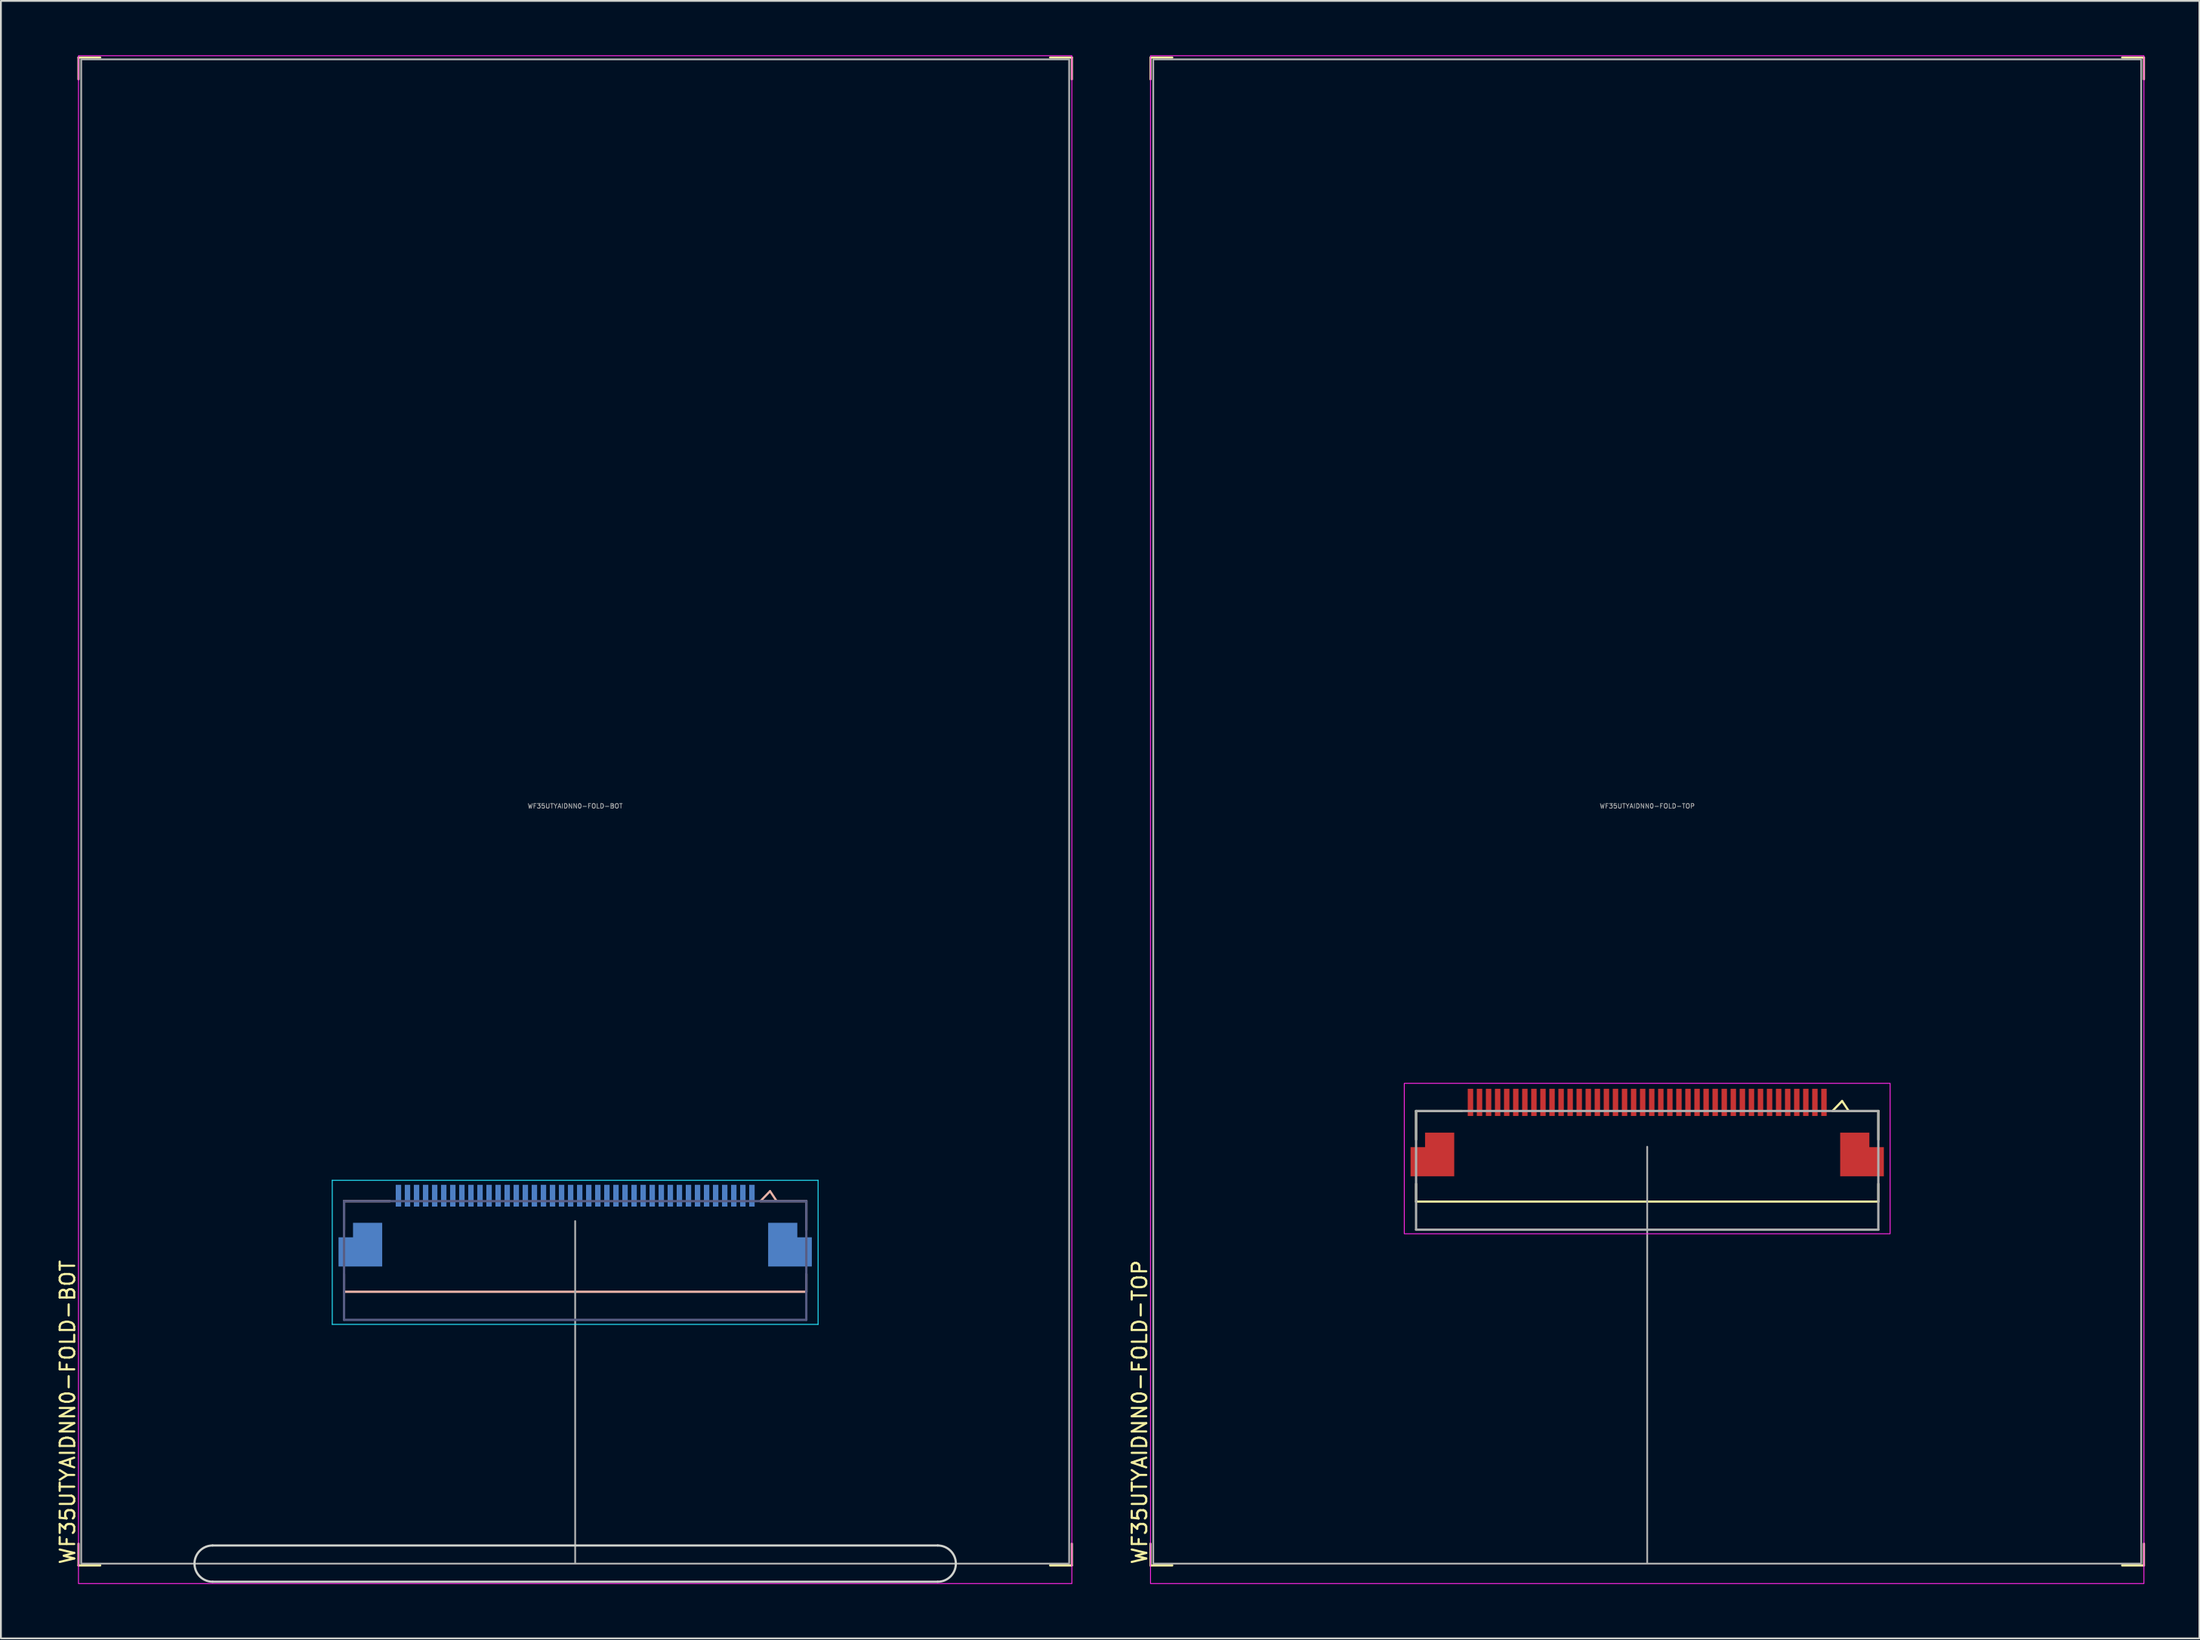
<source format=kicad_pcb>
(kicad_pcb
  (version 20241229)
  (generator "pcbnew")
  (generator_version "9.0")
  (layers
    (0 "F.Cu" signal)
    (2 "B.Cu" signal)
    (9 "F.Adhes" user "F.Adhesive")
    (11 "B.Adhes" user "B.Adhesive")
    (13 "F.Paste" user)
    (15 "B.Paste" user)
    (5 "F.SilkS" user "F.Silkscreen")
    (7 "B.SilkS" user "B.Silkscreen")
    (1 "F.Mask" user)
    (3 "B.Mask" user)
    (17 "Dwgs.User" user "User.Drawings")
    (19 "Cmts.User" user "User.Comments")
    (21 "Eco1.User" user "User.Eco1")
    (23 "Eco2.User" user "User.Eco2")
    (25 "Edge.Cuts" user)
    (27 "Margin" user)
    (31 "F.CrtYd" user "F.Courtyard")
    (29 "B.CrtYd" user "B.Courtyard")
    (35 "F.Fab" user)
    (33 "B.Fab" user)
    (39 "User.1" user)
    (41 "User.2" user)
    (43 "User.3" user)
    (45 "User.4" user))
  (footprint "WF35UTYAIDNN0-FOLD-TOP"
    (layer "F.Cu")
    (at 87.817 41.725)
    (property "Reference" "WF35UTYAIDNN0-FOLD-TOP" (at -28 41.6 90) (unlocked yes) (layer "F.SilkS") (effects (font (size 0.8 0.8) (thickness 0.12)) (justify left)))
    (attr smd)
    (fp_line (start -27.4 -41.6) (end -27.4 -40.4) (stroke (width 0.12) (type default)) (layer "F.SilkS"))
    (fp_line (start -27.4 40.4) (end -27.4 41.6) (stroke (width 0.12) (type default)) (layer "F.SilkS"))
    (fp_line (start -27.4 41.6) (end -26.2 41.6) (stroke (width 0.12) (type default)) (layer "F.SilkS"))
    (fp_line (start -26.2 -41.6) (end -27.4 -41.6) (stroke (width 0.12) (type default)) (layer "F.SilkS"))
    (fp_line (start -12.75 16.525) (end -12.75 18.105) (stroke (width 0.12) (type solid)) (layer "F.SilkS"))
    (fp_line (start -12.75 16.525) (end -10.22 16.525) (stroke (width 0.12) (type solid)) (layer "F.SilkS"))
    (fp_line (start -12.75 21.525) (end -12.75 20.545) (stroke (width 0.12) (type solid)) (layer "F.SilkS"))
    (fp_line (start 10.22 16.525) (end 10.75 15.975) (stroke (width 0.12) (type default)) (layer "F.SilkS"))
    (fp_line (start 10.75 15.975) (end 11.1 16.5) (stroke (width 0.12) (type default)) (layer "F.SilkS"))
    (fp_line (start 12.75 16.525) (end 10.22 16.525) (stroke (width 0.12) (type solid)) (layer "F.SilkS"))
    (fp_line (start 12.75 18.105) (end 12.75 16.525) (stroke (width 0.12) (type solid)) (layer "F.SilkS"))
    (fp_line (start 12.75 20.545) (end 12.75 21.525) (stroke (width 0.12) (type solid)) (layer "F.SilkS"))
    (fp_line (start 12.75 21.525) (end -12.75 21.525) (stroke (width 0.12) (type solid)) (layer "F.SilkS"))
    (fp_line (start 26.2 41.6) (end 27.4 41.6) (stroke (width 0.12) (type default)) (layer "F.SilkS"))
    (fp_line (start 27.4 -41.6) (end 26.2 -41.6) (stroke (width 0.12) (type default)) (layer "F.SilkS"))
    (fp_line (start 27.4 -40.4) (end 27.4 -41.6) (stroke (width 0.12) (type default)) (layer "F.SilkS"))
    (fp_line (start 27.4 41.6) (end 27.4 40.4) (stroke (width 0.12) (type default)) (layer "F.SilkS"))
    (fp_rect (start -12.254 17.721) (end -10.646 20.129) (stroke (width 0) (type solid)) (fill yes) (layer "F.Paste"))
    (fp_rect (start 10.646 17.721) (end 12.254 20.129) (stroke (width 0) (type solid)) (fill yes) (layer "F.Paste"))
    (fp_rect (start -27.4 -41.7) (end 27.4 42.6) (stroke (width 0.05) (type default)) (fill no) (layer "F.CrtYd"))
    (fp_rect (start -13.4 15) (end 13.4 23.3) (stroke (width 0.05) (type default)) (fill no) (layer "F.CrtYd"))
    (fp_line (start -12.75 16.525) (end 12.75 16.525) (stroke (width 0.127) (type solid)) (layer "F.Fab"))
    (fp_line (start -12.75 23.075) (end -12.75 16.525) (stroke (width 0.127) (type solid)) (layer "F.Fab"))
    (fp_line (start 0 41.5) (end 0 18.5) (stroke (width 0.1) (type default)) (layer "F.Fab"))
    (fp_line (start 12.75 16.525) (end 12.75 23.075) (stroke (width 0.127) (type solid)) (layer "F.Fab"))
    (fp_line (start 12.75 23.075) (end -12.75 23.075) (stroke (width 0.127) (type solid)) (layer "F.Fab"))
    (fp_rect (start -27.25 -41.5) (end 27.25 41.5) (stroke (width 0.1) (type default)) (fill no) (layer "F.Fab"))
    (fp_text user "${REFERENCE}" (at 0 -0.3 0) (unlocked yes) (layer "F.Fab") (effects (font (size 0.25 0.25) (thickness 0.04))))
    (pad "1" smd rect (at 9.75 16.05) (size 0.3 1.5) (layers "F.Cu" "F.Mask" "F.Paste"))
    (pad "2" smd rect (at 9.25 16.05) (size 0.3 1.5) (layers "F.Cu" "F.Mask" "F.Paste"))
    (pad "3" smd rect (at 8.75 16.05) (size 0.3 1.5) (layers "F.Cu" "F.Mask" "F.Paste"))
    (pad "4" smd rect (at 8.25 16.05) (size 0.3 1.5) (layers "F.Cu" "F.Mask" "F.Paste"))
    (pad "5" smd rect (at 7.75 16.05) (size 0.3 1.5) (layers "F.Cu" "F.Mask" "F.Paste"))
    (pad "6" smd rect (at 7.25 16.05) (size 0.3 1.5) (layers "F.Cu" "F.Mask" "F.Paste"))
    (pad "7" smd rect (at 6.75 16.05) (size 0.3 1.5) (layers "F.Cu" "F.Mask" "F.Paste"))
    (pad "8" smd rect (at 6.25 16.05) (size 0.3 1.5) (layers "F.Cu" "F.Mask" "F.Paste"))
    (pad "9" smd rect (at 5.75 16.05) (size 0.3 1.5) (layers "F.Cu" "F.Mask" "F.Paste"))
    (pad "10" smd rect (at 5.25 16.05) (size 0.3 1.5) (layers "F.Cu" "F.Mask" "F.Paste"))
    (pad "11" smd rect (at 4.75 16.05) (size 0.3 1.5) (layers "F.Cu" "F.Mask" "F.Paste"))
    (pad "12" smd rect (at 4.25 16.05) (size 0.3 1.5) (layers "F.Cu" "F.Mask" "F.Paste"))
    (pad "13" smd rect (at 3.75 16.05) (size 0.3 1.5) (layers "F.Cu" "F.Mask" "F.Paste"))
    (pad "14" smd rect (at 3.25 16.05) (size 0.3 1.5) (layers "F.Cu" "F.Mask" "F.Paste"))
    (pad "15" smd rect (at 2.75 16.05) (size 0.3 1.5) (layers "F.Cu" "F.Mask" "F.Paste"))
    (pad "16" smd rect (at 2.25 16.05) (size 0.3 1.5) (layers "F.Cu" "F.Mask" "F.Paste"))
    (pad "17" smd rect (at 1.75 16.05) (size 0.3 1.5) (layers "F.Cu" "F.Mask" "F.Paste"))
    (pad "18" smd rect (at 1.25 16.05) (size 0.3 1.5) (layers "F.Cu" "F.Mask" "F.Paste"))
    (pad "19" smd rect (at 0.75 16.05) (size 0.3 1.5) (layers "F.Cu" "F.Mask" "F.Paste"))
    (pad "20" smd rect (at 0.25 16.05) (size 0.3 1.5) (layers "F.Cu" "F.Mask" "F.Paste"))
    (pad "21" smd rect (at -0.25 16.05) (size 0.3 1.5) (layers "F.Cu" "F.Mask" "F.Paste"))
    (pad "22" smd rect (at -0.75 16.05) (size 0.3 1.5) (layers "F.Cu" "F.Mask" "F.Paste"))
    (pad "23" smd rect (at -1.25 16.05) (size 0.3 1.5) (layers "F.Cu" "F.Mask" "F.Paste"))
    (pad "24" smd rect (at -1.75 16.05) (size 0.3 1.5) (layers "F.Cu" "F.Mask" "F.Paste"))
    (pad "25" smd rect (at -2.25 16.05) (size 0.3 1.5) (layers "F.Cu" "F.Mask" "F.Paste"))
    (pad "26" smd rect (at -2.75 16.05) (size 0.3 1.5) (layers "F.Cu" "F.Mask" "F.Paste"))
    (pad "27" smd rect (at -3.25 16.05) (size 0.3 1.5) (layers "F.Cu" "F.Mask" "F.Paste"))
    (pad "28" smd rect (at -3.75 16.05) (size 0.3 1.5) (layers "F.Cu" "F.Mask" "F.Paste"))
    (pad "29" smd rect (at -4.25 16.05) (size 0.3 1.5) (layers "F.Cu" "F.Mask" "F.Paste"))
    (pad "30" smd rect (at -4.75 16.05) (size 0.3 1.5) (layers "F.Cu" "F.Mask" "F.Paste"))
    (pad "31" smd rect (at -5.25 16.05) (size 0.3 1.5) (layers "F.Cu" "F.Mask" "F.Paste"))
    (pad "32" smd rect (at -5.75 16.05) (size 0.3 1.5) (layers "F.Cu" "F.Mask" "F.Paste"))
    (pad "33" smd rect (at -6.25 16.05) (size 0.3 1.5) (layers "F.Cu" "F.Mask" "F.Paste"))
    (pad "34" smd rect (at -6.75 16.05) (size 0.3 1.5) (layers "F.Cu" "F.Mask" "F.Paste"))
    (pad "35" smd rect (at -7.25 16.05) (size 0.3 1.5) (layers "F.Cu" "F.Mask" "F.Paste"))
    (pad "36" smd rect (at -7.75 16.05) (size 0.3 1.5) (layers "F.Cu" "F.Mask" "F.Paste"))
    (pad "37" smd rect (at -8.25 16.05) (size 0.3 1.5) (layers "F.Cu" "F.Mask" "F.Paste"))
    (pad "38" smd rect (at -8.75 16.05) (size 0.3 1.5) (layers "F.Cu" "F.Mask" "F.Paste"))
    (pad "39" smd rect (at -9.25 16.05) (size 0.3 1.5) (layers "F.Cu" "F.Mask" "F.Paste"))
    (pad "40" smd rect (at -9.75 16.05) (size 0.3 1.5) (layers "F.Cu" "F.Mask" "F.Paste"))
    (pad "MP" smd custom (at -11.45 19.325) (size 1.4 1.4) (layers "F.Cu" "F.Mask") (options (anchor rect)) (primitives (gr_poly (pts (xy 0.8 -1.6) (xy -0.8 -1.6) (xy -0.8 -0.8) (xy -1.6 -0.8) (xy -1.6 0.8) (xy 0.8 0.8)) (width 0.01) (fill yes))))
    (pad "MP" smd custom (at 11.45 19.325) (size 1.4 1.4) (layers "F.Cu" "F.Mask") (options (anchor rect)) (primitives (gr_poly (pts (xy -0.8 -1.6) (xy 0.8 -1.6) (xy 0.8 -0.8) (xy 1.6 -0.8) (xy 1.6 0.8) (xy -0.8 0.8)) (width 0.01) (fill yes)))))
  (footprint "WF35UTYAIDNN0-FOLD-BOT"
    (layer "F.Cu")
    (at 28.679 41.725)
    (property "Reference" "WF35UTYAIDNN0-FOLD-BOT" (at -28 41.6 90) (unlocked yes) (layer "F.SilkS") (effects (font (size 0.8 0.8) (thickness 0.12)) (justify left)))
    (attr smd)
    (fp_line (start -27.4 -41.6) (end -27.4 -40.4) (stroke (width 0.12) (type default)) (layer "F.SilkS"))
    (fp_line (start -27.4 40.4) (end -27.4 41.6) (stroke (width 0.12) (type default)) (layer "F.SilkS"))
    (fp_line (start -27.4 41.6) (end -26.2 41.6) (stroke (width 0.12) (type default)) (layer "F.SilkS"))
    (fp_line (start -26.2 -41.6) (end -27.4 -41.6) (stroke (width 0.12) (type default)) (layer "F.SilkS"))
    (fp_line (start 26.2 41.6) (end 27.4 41.6) (stroke (width 0.12) (type default)) (layer "F.SilkS"))
    (fp_line (start 27.4 -41.6) (end 26.2 -41.6) (stroke (width 0.12) (type default)) (layer "F.SilkS"))
    (fp_line (start 27.4 -40.4) (end 27.4 -41.6) (stroke (width 0.12) (type default)) (layer "F.SilkS"))
    (fp_line (start 27.4 41.6) (end 27.4 40.4) (stroke (width 0.12) (type default)) (layer "F.SilkS"))
    (fp_line (start -12.75 21.5) (end -10.22 21.5) (stroke (width 0.127) (type solid)) (layer "B.SilkS"))
    (fp_line (start -12.75 23.08) (end -12.75 21.5) (stroke (width 0.127) (type solid)) (layer "B.SilkS"))
    (fp_line (start -12.75 25.52) (end -12.75 26.5) (stroke (width 0.127) (type solid)) (layer "B.SilkS"))
    (fp_line (start -12.75 26.5) (end 12.75 26.5) (stroke (width 0.127) (type solid)) (layer "B.SilkS"))
    (fp_line (start 10.22 21.5) (end 10.75 20.95) (stroke (width 0.12) (type default)) (layer "B.SilkS"))
    (fp_line (start 10.75 20.95) (end 11.1 21.475) (stroke (width 0.12) (type default)) (layer "B.SilkS"))
    (fp_line (start 12.75 21.5) (end 10.22 21.5) (stroke (width 0.127) (type solid)) (layer "B.SilkS"))
    (fp_line (start 12.75 21.5) (end 12.75 23.08) (stroke (width 0.127) (type solid)) (layer "B.SilkS"))
    (fp_line (start 12.75 26.5) (end 12.75 25.52) (stroke (width 0.127) (type solid)) (layer "B.SilkS"))
    (fp_rect (start -13.05 23.5) (end -10.65 25.1) (stroke (width 0) (type default)) (fill yes) (layer "B.Paste"))
    (fp_rect (start 10.65 23.5) (end 13.05 25.1) (stroke (width 0) (type default)) (fill yes) (layer "B.Paste"))
    (fp_line (start -20 40.5) (end 20 40.5) (stroke (width 0.12) (type default)) (layer "Edge.Cuts"))
    (fp_line (start 20 42.5) (end -20 42.5) (stroke (width 0.12) (type default)) (layer "Edge.Cuts"))
    (fp_arc (start -20 42.5) (mid -21 41.5) (end -20 40.5) (stroke (width 0.12) (type default)) (layer "Edge.Cuts"))
    (fp_arc (start 20 40.5) (mid 21 41.5) (end 20 42.5) (stroke (width 0.12) (type default)) (layer "Edge.Cuts"))
    (fp_line (start -13.4 20.35) (end -13.4 28.3) (stroke (width 0.05) (type solid)) (layer "B.CrtYd"))
    (fp_line (start -13.4 28.3) (end 13.4 28.3) (stroke (width 0.05) (type solid)) (layer "B.CrtYd"))
    (fp_line (start 13.4 20.35) (end -13.4 20.35) (stroke (width 0.05) (type solid)) (layer "B.CrtYd"))
    (fp_line (start 13.4 28.3) (end 13.4 20.35) (stroke (width 0.05) (type solid)) (layer "B.CrtYd"))
    (fp_rect (start -27.4 -41.7) (end 27.4 42.6) (stroke (width 0.05) (type default)) (fill no) (layer "F.CrtYd"))
    (fp_line (start -12.75 21.5) (end -12.75 28.05) (stroke (width 0.127) (type solid)) (layer "B.Fab"))
    (fp_line (start -12.75 28.05) (end 12.75 28.05) (stroke (width 0.127) (type solid)) (layer "B.Fab"))
    (fp_line (start 12.75 21.5) (end -12.75 21.5) (stroke (width 0.127) (type solid)) (layer "B.Fab"))
    (fp_line (start 12.75 28.05) (end 12.75 21.5) (stroke (width 0.127) (type solid)) (layer "B.Fab"))
    (fp_line (start 0 41.5) (end 0 22.602) (stroke (width 0.1) (type default)) (layer "F.Fab"))
    (fp_rect (start -27.25 -41.5) (end 27.25 41.5) (stroke (width 0.1) (type default)) (fill no) (layer "F.Fab"))
    (fp_text user "${REFERENCE}" (at 0 -0.3 0) (unlocked yes) (layer "F.Fab") (effects (font (size 0.25 0.25) (thickness 0.04))))
    (pad "1" smd rect (at 9.75 21.2) (size 0.3 1.2) (layers "B.Cu" "B.Mask" "B.Paste"))
    (pad "2" smd rect (at 9.25 21.2) (size 0.3 1.2) (layers "B.Cu" "B.Mask" "B.Paste"))
    (pad "3" smd rect (at 8.75 21.2) (size 0.3 1.2) (layers "B.Cu" "B.Mask" "B.Paste"))
    (pad "4" smd rect (at 8.25 21.2) (size 0.3 1.2) (layers "B.Cu" "B.Mask" "B.Paste"))
    (pad "5" smd rect (at 7.75 21.2) (size 0.3 1.2) (layers "B.Cu" "B.Mask" "B.Paste"))
    (pad "6" smd rect (at 7.25 21.2) (size 0.3 1.2) (layers "B.Cu" "B.Mask" "B.Paste"))
    (pad "7" smd rect (at 6.75 21.2) (size 0.3 1.2) (layers "B.Cu" "B.Mask" "B.Paste"))
    (pad "8" smd rect (at 6.25 21.2) (size 0.3 1.2) (layers "B.Cu" "B.Mask" "B.Paste"))
    (pad "9" smd rect (at 5.75 21.2) (size 0.3 1.2) (layers "B.Cu" "B.Mask" "B.Paste"))
    (pad "10" smd rect (at 5.25 21.2) (size 0.3 1.2) (layers "B.Cu" "B.Mask" "B.Paste"))
    (pad "11" smd rect (at 4.75 21.2) (size 0.3 1.2) (layers "B.Cu" "B.Mask" "B.Paste"))
    (pad "12" smd rect (at 4.25 21.2) (size 0.3 1.2) (layers "B.Cu" "B.Mask" "B.Paste"))
    (pad "13" smd rect (at 3.75 21.2) (size 0.3 1.2) (layers "B.Cu" "B.Mask" "B.Paste"))
    (pad "14" smd rect (at 3.25 21.2) (size 0.3 1.2) (layers "B.Cu" "B.Mask" "B.Paste"))
    (pad "15" smd rect (at 2.75 21.2) (size 0.3 1.2) (layers "B.Cu" "B.Mask" "B.Paste"))
    (pad "16" smd rect (at 2.25 21.2) (size 0.3 1.2) (layers "B.Cu" "B.Mask" "B.Paste"))
    (pad "17" smd rect (at 1.75 21.2) (size 0.3 1.2) (layers "B.Cu" "B.Mask" "B.Paste"))
    (pad "18" smd rect (at 1.25 21.2) (size 0.3 1.2) (layers "B.Cu" "B.Mask" "B.Paste"))
    (pad "19" smd rect (at 0.75 21.2) (size 0.3 1.2) (layers "B.Cu" "B.Mask" "B.Paste"))
    (pad "20" smd rect (at 0.25 21.2) (size 0.3 1.2) (layers "B.Cu" "B.Mask" "B.Paste"))
    (pad "21" smd rect (at -0.25 21.2) (size 0.3 1.2) (layers "B.Cu" "B.Mask" "B.Paste"))
    (pad "22" smd rect (at -0.75 21.2) (size 0.3 1.2) (layers "B.Cu" "B.Mask" "B.Paste"))
    (pad "23" smd rect (at -1.25 21.2) (size 0.3 1.2) (layers "B.Cu" "B.Mask" "B.Paste"))
    (pad "24" smd rect (at -1.75 21.2) (size 0.3 1.2) (layers "B.Cu" "B.Mask" "B.Paste"))
    (pad "25" smd rect (at -2.25 21.2) (size 0.3 1.2) (layers "B.Cu" "B.Mask" "B.Paste"))
    (pad "26" smd rect (at -2.75 21.2) (size 0.3 1.2) (layers "B.Cu" "B.Mask" "B.Paste"))
    (pad "27" smd rect (at -3.25 21.2) (size 0.3 1.2) (layers "B.Cu" "B.Mask" "B.Paste"))
    (pad "28" smd rect (at -3.75 21.2) (size 0.3 1.2) (layers "B.Cu" "B.Mask" "B.Paste"))
    (pad "29" smd rect (at -4.25 21.2) (size 0.3 1.2) (layers "B.Cu" "B.Mask" "B.Paste"))
    (pad "30" smd rect (at -4.75 21.2) (size 0.3 1.2) (layers "B.Cu" "B.Mask" "B.Paste"))
    (pad "31" smd rect (at -5.25 21.2) (size 0.3 1.2) (layers "B.Cu" "B.Mask" "B.Paste"))
    (pad "32" smd rect (at -5.75 21.2) (size 0.3 1.2) (layers "B.Cu" "B.Mask" "B.Paste"))
    (pad "33" smd rect (at -6.25 21.2) (size 0.3 1.2) (layers "B.Cu" "B.Mask" "B.Paste"))
    (pad "34" smd rect (at -6.75 21.2) (size 0.3 1.2) (layers "B.Cu" "B.Mask" "B.Paste"))
    (pad "35" smd rect (at -7.25 21.2) (size 0.3 1.2) (layers "B.Cu" "B.Mask" "B.Paste"))
    (pad "36" smd rect (at -7.75 21.2) (size 0.3 1.2) (layers "B.Cu" "B.Mask" "B.Paste"))
    (pad "37" smd rect (at -8.25 21.2) (size 0.3 1.2) (layers "B.Cu" "B.Mask" "B.Paste"))
    (pad "38" smd rect (at -8.75 21.2) (size 0.3 1.2) (layers "B.Cu" "B.Mask" "B.Paste"))
    (pad "39" smd rect (at -9.25 21.2) (size 0.3 1.2) (layers "B.Cu" "B.Mask" "B.Paste"))
    (pad "40" smd rect (at -9.75 21.2) (size 0.3 1.2) (layers "B.Cu" "B.Mask" "B.Paste"))
    (pad "MP" smd custom (at -11.45 24.3) (size 1.4 1.4) (layers "B.Cu" "B.Mask") (options (anchor rect)) (primitives (gr_poly (pts (xy 0.8 -1.6) (xy -0.8 -1.6) (xy -0.8 -0.8) (xy -1.6 -0.8) (xy -1.6 0.8) (xy 0.8 0.8)) (width 0.01) (fill yes))))
    (pad "MP" smd custom (at 11.45 24.3) (size 1.4 1.4) (layers "B.Cu" "B.Mask") (options (anchor rect)) (primitives (gr_poly (pts (xy -0.8 -1.6) (xy 0.8 -1.6) (xy 0.8 -0.8) (xy 1.6 -0.8) (xy 1.6 0.8) (xy -0.8 0.8)) (width 0.01) (fill yes)))))
  (gr_rect
    (start -3 -3)
    (end 118.277 87.35)
    (stroke (width 0.1) (type default))
    (fill no)
    (layer "Edge.Cuts")))
</source>
